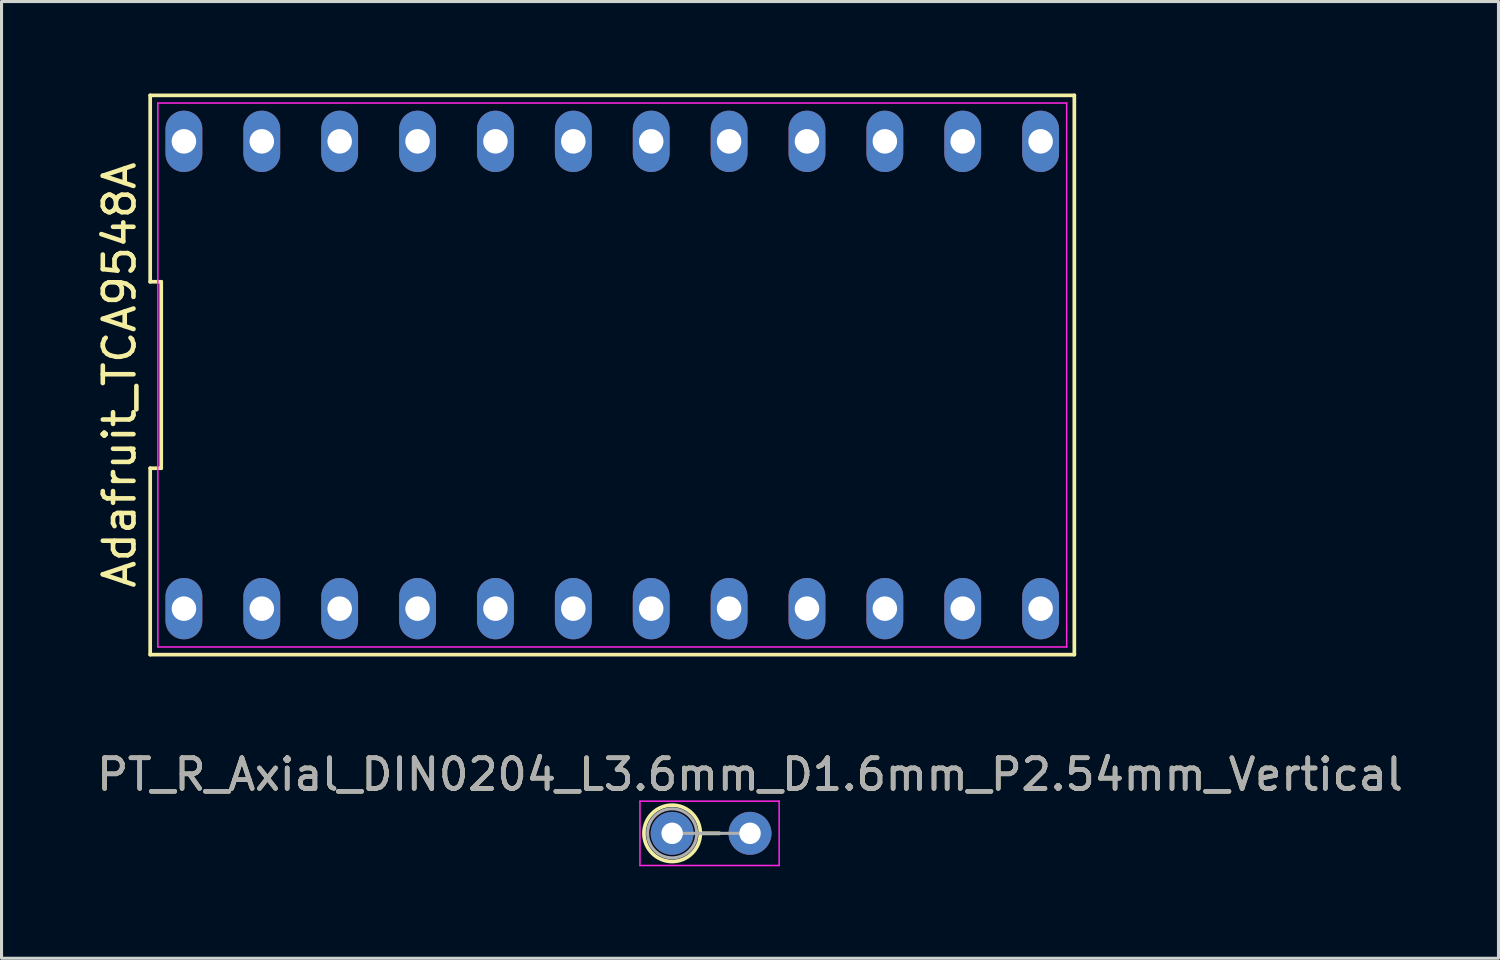
<source format=kicad_pcb>
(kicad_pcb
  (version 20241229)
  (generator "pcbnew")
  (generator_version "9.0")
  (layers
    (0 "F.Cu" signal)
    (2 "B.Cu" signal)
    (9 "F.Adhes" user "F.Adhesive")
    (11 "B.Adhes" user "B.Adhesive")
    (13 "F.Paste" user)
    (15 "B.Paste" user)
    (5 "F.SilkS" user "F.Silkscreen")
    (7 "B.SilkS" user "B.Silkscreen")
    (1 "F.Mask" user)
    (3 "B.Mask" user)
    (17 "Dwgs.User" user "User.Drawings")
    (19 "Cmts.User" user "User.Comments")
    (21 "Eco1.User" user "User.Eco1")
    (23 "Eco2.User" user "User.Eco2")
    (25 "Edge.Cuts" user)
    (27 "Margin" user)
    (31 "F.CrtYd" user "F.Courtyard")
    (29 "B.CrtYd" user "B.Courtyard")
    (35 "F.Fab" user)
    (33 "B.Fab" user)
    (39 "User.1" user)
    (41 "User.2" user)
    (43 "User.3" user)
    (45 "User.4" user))
  (footprint "PT_R_Axial_DIN0204_L3.6mm_D1.6mm_P2.54mm_Vertical"
    (layer "F.Cu")
    (at 18.871 24.128)
    (property "Reference" "PT_R_Axial_DIN0204_L3.6mm_D1.6mm_P2.54mm_Vertical" (at 2.54 -1.92 0) (layer "F.SilkS") (effects (font (size 1 1) (thickness 0.15))))
    (attr through_hole)
    (fp_line (start 0.92 0) (end 1.54 0) (stroke (width 0.12) (type solid)) (layer "F.SilkS"))
    (fp_circle (center 0 0) (end 0.92 0) (stroke (width 0.12) (type solid)) (fill no) (layer "F.SilkS"))
    (fp_line (start -1.05 -1.05) (end -1.05 1.05) (stroke (width 0.05) (type solid)) (layer "F.CrtYd"))
    (fp_line (start -1.05 1.05) (end 3.49 1.05) (stroke (width 0.05) (type solid)) (layer "F.CrtYd"))
    (fp_line (start 3.49 -1.05) (end -1.05 -1.05) (stroke (width 0.05) (type solid)) (layer "F.CrtYd"))
    (fp_line (start 3.49 1.05) (end 3.49 -1.05) (stroke (width 0.05) (type solid)) (layer "F.CrtYd"))
    (fp_line (start 0 0) (end 2.54 0) (stroke (width 0.1) (type solid)) (layer "F.Fab"))
    (fp_circle (center 0 0) (end 0.8 0) (stroke (width 0.1) (type solid)) (fill no) (layer "F.Fab"))
    (fp_text user "${REFERENCE}" (at 2.54 -1.92 0) (layer "F.Fab") (effects (font (size 1 1) (thickness 0.15))))
    (pad "1" thru_hole circle (at 0 0) (size 1.4 1.4) (drill 0.7) (layers "*.Cu" "*.Mask"))
    (pad "2" thru_hole oval (at 2.54 0) (size 1.4 1.4) (drill 0.7) (layers "*.Cu" "*.Mask")))
  (footprint "Adafruit_TCA9548A"
    (layer "F.Cu")
    (at 16.918 9.18)
    (property "Reference" "Adafruit_TCA9548A" (at -16.07 0 90) (layer "F.SilkS") (effects (font (size 1 1) (thickness 0.15))))
    (attr through_hole)
    (fp_line (start -15.07 -9.12) (end -15.07 -3.04) (stroke (width 0.12) (type solid)) (layer "F.SilkS"))
    (fp_line (start -15.07 -3.04) (end -14.71 -3.04) (stroke (width 0.12) (type solid)) (layer "F.SilkS"))
    (fp_line (start -15.07 3.04) (end -15.07 9.12) (stroke (width 0.12) (type solid)) (layer "F.SilkS"))
    (fp_line (start -15.07 9.12) (end 15.07 9.12) (stroke (width 0.12) (type solid)) (layer "F.SilkS"))
    (fp_line (start -14.71 -3.04) (end -14.71 3.04) (stroke (width 0.12) (type solid)) (layer "F.SilkS"))
    (fp_line (start -14.71 3.04) (end -15.07 3.04) (stroke (width 0.12) (type solid)) (layer "F.SilkS"))
    (fp_line (start 15.07 -9.12) (end -15.07 -9.12) (stroke (width 0.12) (type solid)) (layer "F.SilkS"))
    (fp_line (start 15.07 9.12) (end 15.07 -9.12) (stroke (width 0.12) (type solid)) (layer "F.SilkS"))
    (fp_line (start -14.82 -8.87) (end 14.82 -8.87) (stroke (width 0.05) (type solid)) (layer "F.CrtYd"))
    (fp_line (start -14.82 8.87) (end -14.82 -8.87) (stroke (width 0.05) (type solid)) (layer "F.CrtYd"))
    (fp_line (start 14.82 -8.87) (end 14.82 8.87) (stroke (width 0.05) (type solid)) (layer "F.CrtYd"))
    (fp_line (start 14.82 8.87) (end -14.82 8.87) (stroke (width 0.05) (type solid)) (layer "F.CrtYd"))
    (pad "+5V" thru_hole oval (at -13.97 7.62) (size 1.2 2) (drill 0.8) (layers "*.Cu" "*.Mask"))
    (pad "A0" thru_hole oval (at -1.27 7.62) (size 1.2 2) (drill 0.8) (layers "*.Cu" "*.Mask"))
    (pad "A1" thru_hole oval (at 1.27 7.62) (size 1.2 2) (drill 0.8) (layers "*.Cu" "*.Mask"))
    (pad "A2" thru_hole oval (at 3.81 7.62) (size 1.2 2) (drill 0.8) (layers "*.Cu" "*.Mask"))
    (pad "GND" thru_hole oval (at -11.43 7.62) (size 1.2 2) (drill 0.8) (layers "*.Cu" "*.Mask"))
    (pad "RST" thru_hole oval (at -3.81 7.62) (size 1.2 2) (drill 0.8) (layers "*.Cu" "*.Mask"))
    (pad "SC0" thru_hole oval (at 6.35 7.62) (size 1.2 2) (drill 0.8) (layers "*.Cu" "*.Mask"))
    (pad "SC1" thru_hole oval (at 11.43 7.62) (size 1.2 2) (drill 0.8) (layers "*.Cu" "*.Mask"))
    (pad "SC2" thru_hole oval (at 13.97 -7.62) (size 1.2 2) (drill 0.8) (layers "*.Cu" "*.Mask"))
    (pad "SC3" thru_hole oval (at 8.89 -7.62) (size 1.2 2) (drill 0.8) (layers "*.Cu" "*.Mask"))
    (pad "SC4" thru_hole oval (at 3.81 -7.62) (size 1.2 2) (drill 0.8) (layers "*.Cu" "*.Mask"))
    (pad "SC5" thru_hole oval (at -1.27 -7.62) (size 1.2 2) (drill 0.8) (layers "*.Cu" "*.Mask"))
    (pad "SC6" thru_hole oval (at -6.35 -7.62) (size 1.2 2) (drill 0.8) (layers "*.Cu" "*.Mask"))
    (pad "SC7" thru_hole oval (at -11.43 -7.62) (size 1.2 2) (drill 0.8) (layers "*.Cu" "*.Mask"))
    (pad "SCL" thru_hole oval (at -6.35 7.62) (size 1.2 2) (drill 0.8) (layers "*.Cu" "*.Mask"))
    (pad "SD0" thru_hole oval (at 8.89 7.62) (size 1.2 2) (drill 0.8) (layers "*.Cu" "*.Mask"))
    (pad "SD1" thru_hole oval (at 13.97 7.62) (size 1.2 2) (drill 0.8) (layers "*.Cu" "*.Mask"))
    (pad "SD2" thru_hole oval (at 11.43 -7.62) (size 1.2 2) (drill 0.8) (layers "*.Cu" "*.Mask"))
    (pad "SD3" thru_hole oval (at 6.35 -7.62) (size 1.2 2) (drill 0.8) (layers "*.Cu" "*.Mask"))
    (pad "SD4" thru_hole oval (at 1.27 -7.62) (size 1.2 2) (drill 0.8) (layers "*.Cu" "*.Mask"))
    (pad "SD5" thru_hole oval (at -3.81 -7.62) (size 1.2 2) (drill 0.8) (layers "*.Cu" "*.Mask"))
    (pad "SD6" thru_hole oval (at -8.89 -7.62) (size 1.2 2) (drill 0.8) (layers "*.Cu" "*.Mask"))
    (pad "SD7" thru_hole oval (at -13.97 -7.62) (size 1.2 2) (drill 0.8) (layers "*.Cu" "*.Mask"))
    (pad "SDA" thru_hole oval (at -8.89 7.62) (size 1.2 2) (drill 0.8) (layers "*.Cu" "*.Mask")))
  (gr_rect
    (start -3 -3)
    (end 45.821 28.203)
    (stroke (width 0.1) (type default))
    (fill no)
    (layer "Edge.Cuts")))
</source>
